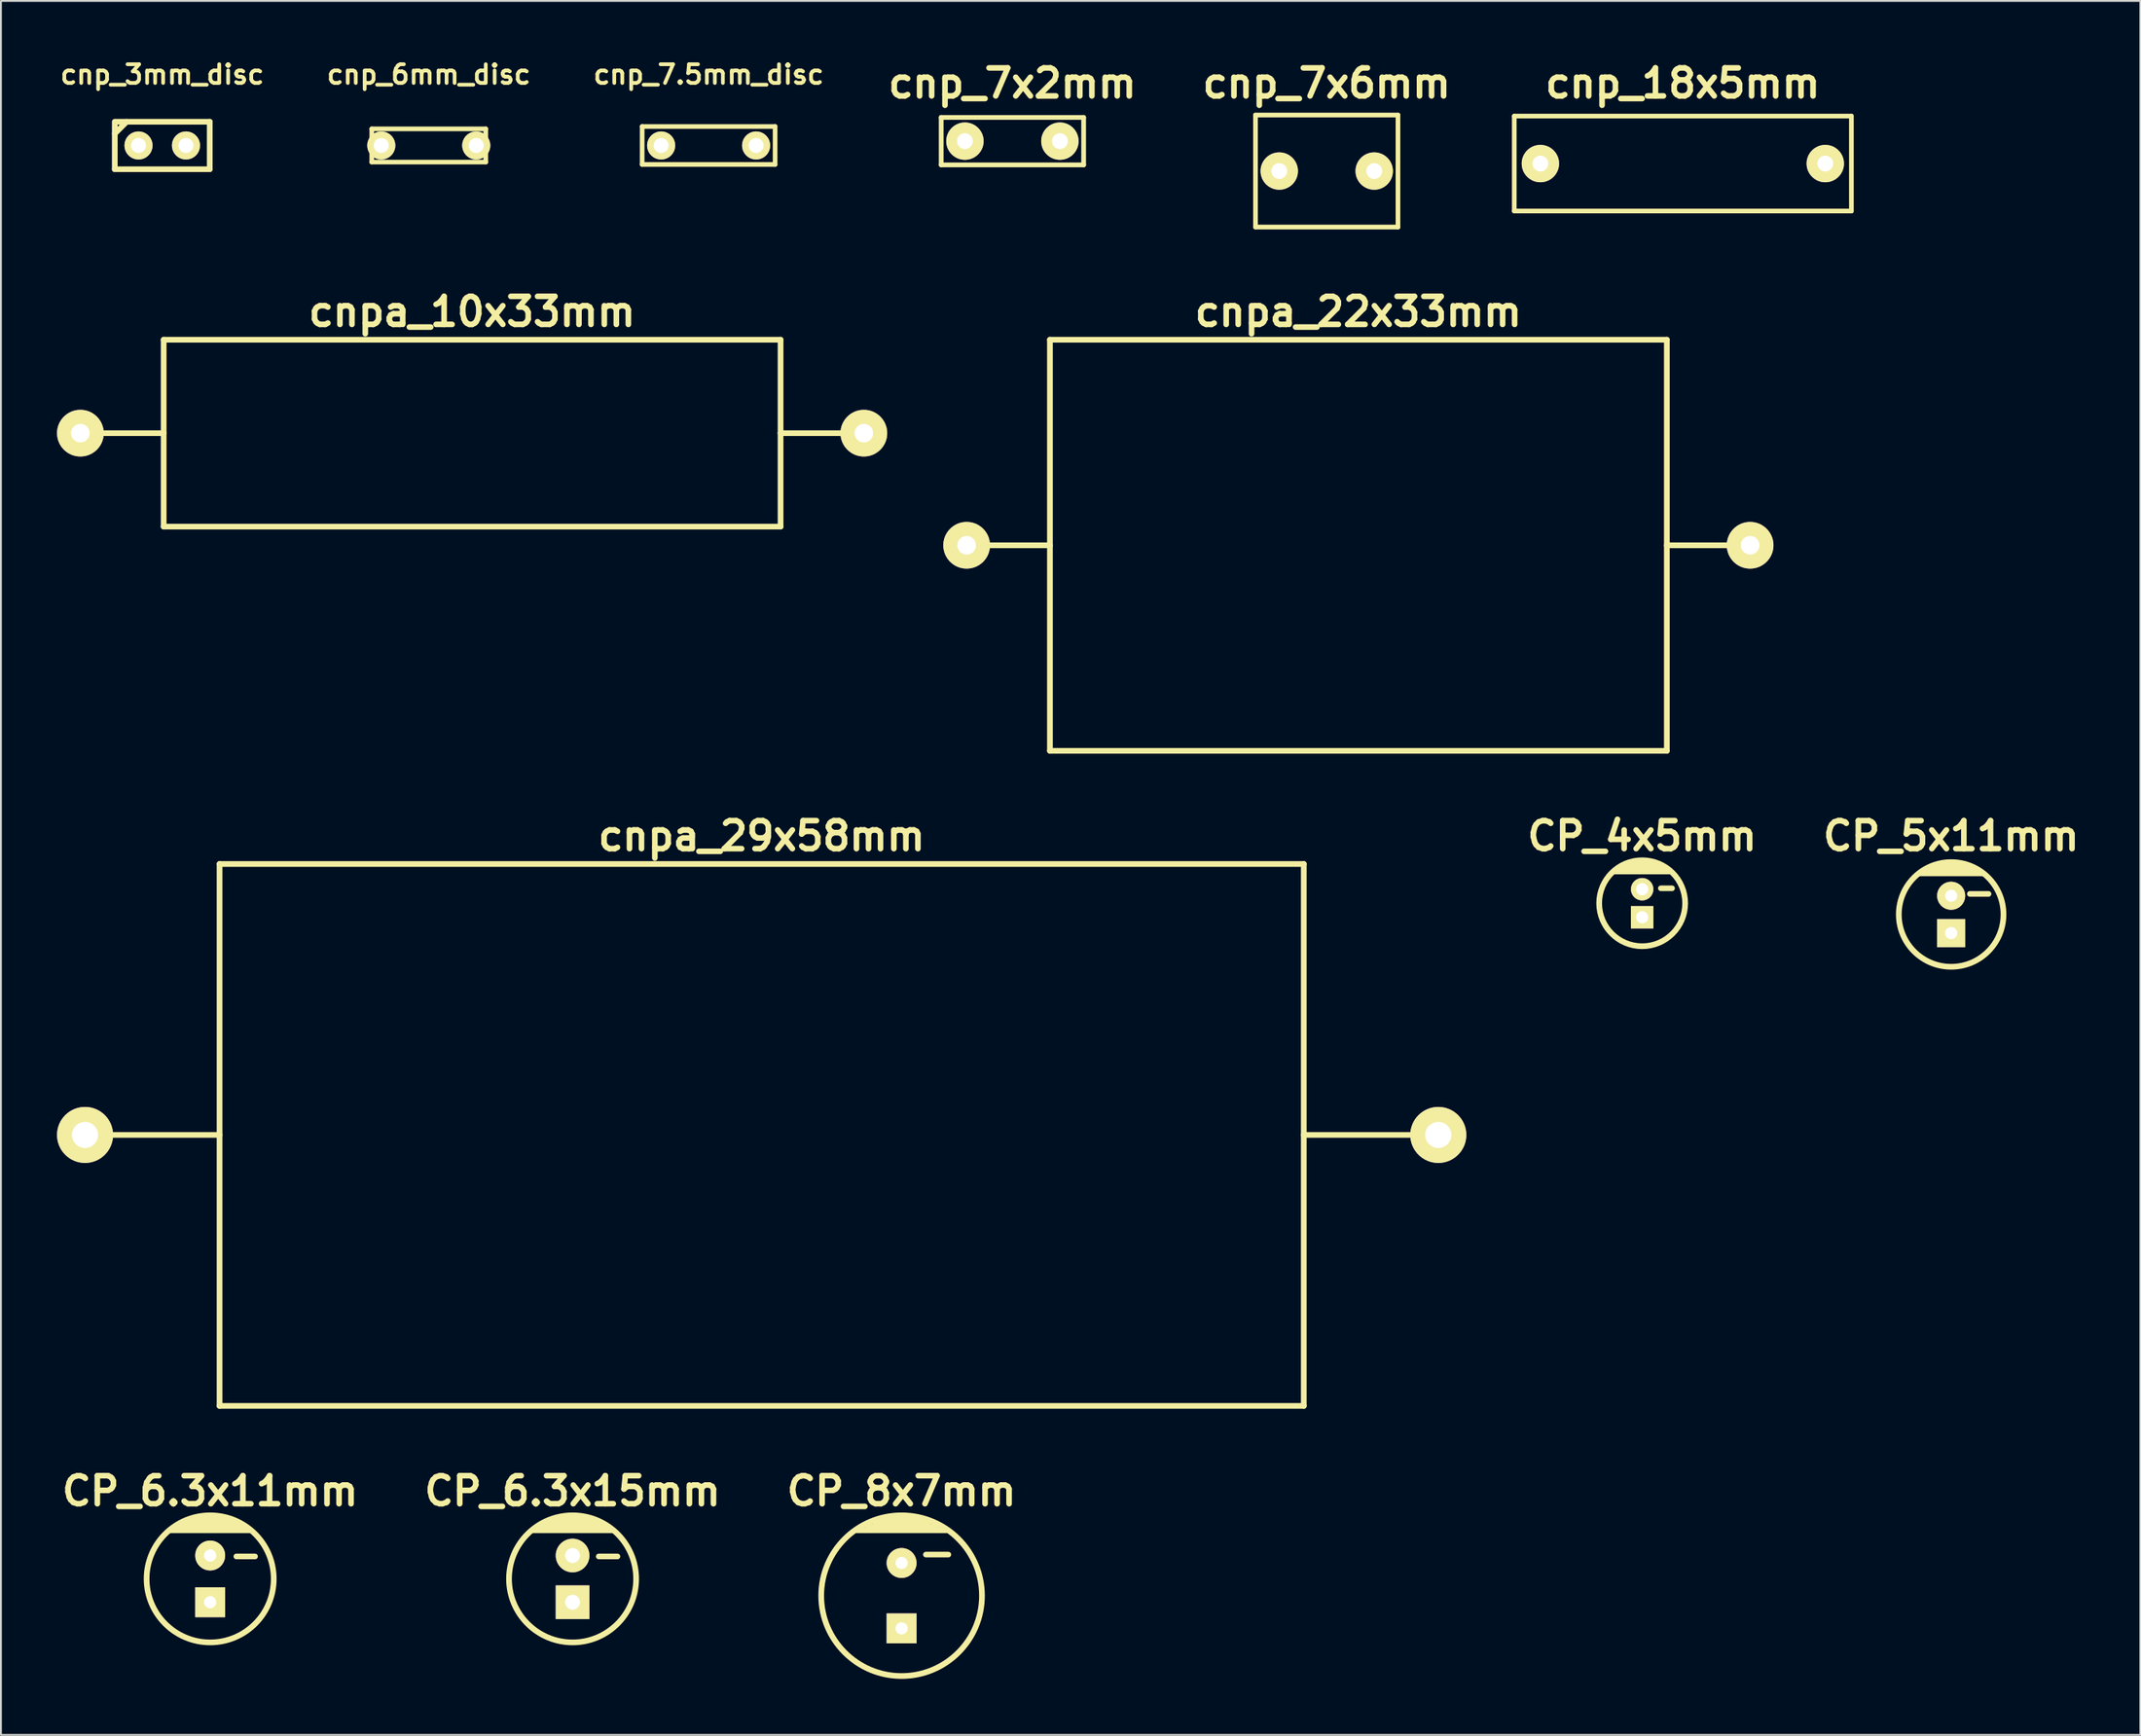
<source format=kicad_pcb>
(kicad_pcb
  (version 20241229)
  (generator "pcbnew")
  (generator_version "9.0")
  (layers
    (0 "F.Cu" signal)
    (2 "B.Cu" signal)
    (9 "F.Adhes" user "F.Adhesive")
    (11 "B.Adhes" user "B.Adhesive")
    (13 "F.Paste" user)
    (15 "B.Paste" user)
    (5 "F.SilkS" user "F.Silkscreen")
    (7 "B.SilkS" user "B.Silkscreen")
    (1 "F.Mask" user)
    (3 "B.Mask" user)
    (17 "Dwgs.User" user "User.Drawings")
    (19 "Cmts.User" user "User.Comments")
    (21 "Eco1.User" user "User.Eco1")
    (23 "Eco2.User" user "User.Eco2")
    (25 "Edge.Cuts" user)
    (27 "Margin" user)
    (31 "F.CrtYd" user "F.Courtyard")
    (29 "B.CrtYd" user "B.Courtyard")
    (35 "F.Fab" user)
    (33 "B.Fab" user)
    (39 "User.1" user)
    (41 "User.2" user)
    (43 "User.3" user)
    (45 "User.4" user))
  (footprint "CP_5x11mm"
    (layer "F.Cu")
    (at 101.323 45.889)
    (property "Reference" "CP_5x11mm" (at 0 -4.2 0) (layer "F.SilkS") (effects (font (size 1.5 1.5) (thickness 0.3))))
    (attr through_hole)
    (fp_line (start -1.7 -2.2) (end 1.7 -2.2) (stroke (width 0.305) (type solid)) (layer "F.SilkS"))
    (fp_line (start -1.3 -2.4) (end 1.3 -2.4) (stroke (width 0.305) (type solid)) (layer "F.SilkS"))
    (fp_line (start -0.8 -2.6) (end 0.8 -2.6) (stroke (width 0.305) (type solid)) (layer "F.SilkS"))
    (fp_line (start 1 -1.1) (end 2 -1.1) (stroke (width 0.3) (type solid)) (layer "F.SilkS"))
    (fp_circle (center 0 0) (end 2.8 0) (stroke (width 0.305) (type solid)) (fill no) (layer "F.SilkS"))
    (pad "1" thru_hole rect (at 0 1) (size 1.5 1.5) (drill 0.65) (layers "*.Cu" "*.Mask" "F.SilkS"))
    (pad "2" thru_hole circle (at 0 -1) (size 1.5 1.5) (drill 0.65) (layers "*.Cu" "*.Mask" "F.SilkS")))
  (footprint "cnpa_10x33mm"
    (layer "F.Cu")
    (at 22.205 20.132)
    (property "Reference" "cnpa_10x33mm" (at 0 -6.5 0) (layer "F.SilkS") (effects (font (size 1.5 1.5) (thickness 0.3))))
    (attr through_hole)
    (fp_line (start -16.5 -5.001) (end 16.5 -5.001) (stroke (width 0.305) (type solid)) (layer "F.SilkS"))
    (fp_line (start -16.5 0) (end -21.001 0) (stroke (width 0.305) (type solid)) (layer "F.SilkS"))
    (fp_line (start -16.5 5.001) (end -16.5 -5.001) (stroke (width 0.305) (type solid)) (layer "F.SilkS"))
    (fp_line (start 16.5 -5.001) (end 16.5 5.001) (stroke (width 0.305) (type solid)) (layer "F.SilkS"))
    (fp_line (start 16.5 5.001) (end -16.5 5.001) (stroke (width 0.305) (type solid)) (layer "F.SilkS"))
    (fp_line (start 20.998 0) (end 16.497 0) (stroke (width 0.305) (type solid)) (layer "F.SilkS"))
    (pad "1" thru_hole circle (at 20.955 0) (size 2.499 2.499) (drill 0.996) (layers "*.Cu" "*.Mask" "F.SilkS"))
    (pad "2" thru_hole circle (at -20.955 0) (size 2.499 2.499) (drill 0.996) (layers "*.Cu" "*.Mask" "F.SilkS")))
  (footprint "CP_8x7mm"
    (layer "F.Cu")
    (at 45.179 82.347)
    (property "Reference" "CP_8x7mm" (at 0 -5.6 0) (layer "F.SilkS") (effects (font (size 1.5 1.5) (thickness 0.3))))
    (attr through_hole)
    (fp_line (start -2.4 -3.5) (end 2.4 -3.5) (stroke (width 0.305) (type solid)) (layer "F.SilkS"))
    (fp_line (start -1.8 -3.7) (end 1.8 -3.7) (stroke (width 0.305) (type solid)) (layer "F.SilkS"))
    (fp_line (start -1.4 -3.9) (end 1.4 -3.9) (stroke (width 0.305) (type solid)) (layer "F.SilkS"))
    (fp_line (start -0.8 -4.1) (end 0.9 -4.1) (stroke (width 0.305) (type solid)) (layer "F.SilkS"))
    (fp_line (start 1.3 -2.2) (end 2.5 -2.2) (stroke (width 0.3) (type solid)) (layer "F.SilkS"))
    (fp_circle (center 0 0) (end -4.3 0) (stroke (width 0.305) (type solid)) (fill no) (layer "F.SilkS"))
    (pad "1" thru_hole rect (at 0 1.75) (size 1.6 1.6) (drill 0.65) (layers "*.Cu" "*.Mask" "F.SilkS"))
    (pad "2" thru_hole circle (at 0 -1.75) (size 1.6 1.6) (drill 0.65) (layers "*.Cu" "*.Mask" "F.SilkS")))
  (footprint "cnpa_22x33mm"
    (layer "F.Cu")
    (at 69.614 26.132)
    (property "Reference" "cnpa_22x33mm" (at 0 -12.5 0) (layer "F.SilkS") (effects (font (size 1.5 1.5) (thickness 0.3))))
    (attr through_hole)
    (fp_line (start -16.5 -11.001) (end 16.5 -11.001) (stroke (width 0.305) (type solid)) (layer "F.SilkS"))
    (fp_line (start -16.5 0) (end -21.001 0) (stroke (width 0.305) (type solid)) (layer "F.SilkS"))
    (fp_line (start -16.5 11.001) (end -16.5 -11.001) (stroke (width 0.305) (type solid)) (layer "F.SilkS"))
    (fp_line (start 16.5 -11.001) (end 16.5 11.001) (stroke (width 0.305) (type solid)) (layer "F.SilkS"))
    (fp_line (start 16.5 11.001) (end -16.5 11.001) (stroke (width 0.305) (type solid)) (layer "F.SilkS"))
    (fp_line (start 20.998 0) (end 16.497 0) (stroke (width 0.305) (type solid)) (layer "F.SilkS"))
    (pad "1" thru_hole circle (at 20.955 0) (size 2.499 2.499) (drill 0.996) (layers "*.Cu" "*.Mask" "F.SilkS"))
    (pad "2" thru_hole circle (at -20.955 0) (size 2.499 2.499) (drill 0.996) (layers "*.Cu" "*.Mask" "F.SilkS")))
  (footprint "cnpa_29x58mm"
    (layer "F.Cu")
    (at 37.694 57.689)
    (property "Reference" "cnpa_29x58mm" (at 0 -16 0) (layer "F.SilkS") (effects (font (size 1.5 1.5) (thickness 0.3))))
    (attr through_hole)
    (fp_line (start -28.999 -14.501) (end 28.999 -14.501) (stroke (width 0.305) (type solid)) (layer "F.SilkS"))
    (fp_line (start -28.999 0) (end -36.5 0) (stroke (width 0.305) (type solid)) (layer "F.SilkS"))
    (fp_line (start -28.999 14.501) (end -28.999 -14.501) (stroke (width 0.305) (type solid)) (layer "F.SilkS"))
    (fp_line (start 28.999 -14.501) (end 28.999 14.501) (stroke (width 0.305) (type solid)) (layer "F.SilkS"))
    (fp_line (start 28.999 0) (end 36.5 0) (stroke (width 0.305) (type solid)) (layer "F.SilkS"))
    (fp_line (start 28.999 14.501) (end -28.999 14.501) (stroke (width 0.305) (type solid)) (layer "F.SilkS"))
    (pad "1" thru_hole circle (at 36.195 0) (size 2.997 2.997) (drill 1.397) (layers "*.Cu" "*.Mask" "F.SilkS"))
    (pad "2" thru_hole circle (at -36.195 0) (size 2.997 2.997) (drill 1.397) (layers "*.Cu" "*.Mask" "F.SilkS")))
  (footprint "CP_6.3x11mm"
    (layer "F.Cu")
    (at 8.193 81.447)
    (property "Reference" "CP_6.3x11mm" (at 0 -4.7 0) (layer "F.SilkS") (effects (font (size 1.5 1.5) (thickness 0.3))))
    (attr through_hole)
    (fp_line (start -2.1 -2.6) (end 2.1 -2.6) (stroke (width 0.305) (type solid)) (layer "F.SilkS"))
    (fp_line (start -1.8 -2.8) (end 1.8 -2.8) (stroke (width 0.305) (type solid)) (layer "F.SilkS"))
    (fp_line (start -1.4 -3) (end 1.4 -3) (stroke (width 0.305) (type solid)) (layer "F.SilkS"))
    (fp_line (start -0.8 -3.2) (end 0.9 -3.2) (stroke (width 0.305) (type solid)) (layer "F.SilkS"))
    (fp_line (start 1.4 -1.2) (end 2.4 -1.2) (stroke (width 0.3) (type solid)) (layer "F.SilkS"))
    (fp_circle (center 0 0) (end -3.4 0) (stroke (width 0.305) (type solid)) (fill no) (layer "F.SilkS"))
    (pad "1" thru_hole rect (at 0 1.25) (size 1.6 1.6) (drill 0.65) (layers "*.Cu" "*.Mask" "F.SilkS"))
    (pad "2" thru_hole circle (at 0 -1.25) (size 1.6 1.6) (drill 0.65) (layers "*.Cu" "*.Mask" "F.SilkS")))
  (footprint "cnp_7x2mm"
    (layer "F.Cu")
    (at 51.107 4.504)
    (property "Reference" "cnp_7x2mm" (at 0 -3.1 0) (layer "F.SilkS") (effects (font (size 1.5 1.5) (thickness 0.3))))
    (attr through_hole)
    (fp_line (start -3.81 -1.27) (end 3.81 -1.27) (stroke (width 0.254) (type solid)) (layer "F.SilkS"))
    (fp_line (start -3.81 1.27) (end -3.81 -1.27) (stroke (width 0.254) (type solid)) (layer "F.SilkS"))
    (fp_line (start 3.81 -1.27) (end 3.81 1.27) (stroke (width 0.254) (type solid)) (layer "F.SilkS"))
    (fp_line (start 3.81 1.27) (end -3.81 1.27) (stroke (width 0.254) (type solid)) (layer "F.SilkS"))
    (pad "1" thru_hole circle (at -2.54 0) (size 1.999 1.999) (drill 0.848) (layers "*.Cu" "*.Mask" "F.SilkS"))
    (pad "2" thru_hole circle (at 2.54 0) (size 1.999 1.999) (drill 0.848) (layers "*.Cu" "*.Mask" "F.SilkS")))
  (footprint "CP_4x5mm"
    (layer "F.Cu")
    (at 84.794 45.289)
    (property "Reference" "CP_4x5mm" (at 0 -3.6 0) (layer "F.SilkS") (effects (font (size 1.5 1.5) (thickness 0.3))))
    (attr through_hole)
    (fp_line (start -1.5 -1.7) (end 1.5 -1.7) (stroke (width 0.305) (type solid)) (layer "F.SilkS"))
    (fp_line (start -1.2 -1.9) (end 1.2 -1.9) (stroke (width 0.305) (type solid)) (layer "F.SilkS"))
    (fp_line (start -0.7 -2.1) (end 0.7 -2.1) (stroke (width 0.305) (type solid)) (layer "F.SilkS"))
    (fp_line (start 1 -0.8) (end 1.6 -0.8) (stroke (width 0.3) (type solid)) (layer "F.SilkS"))
    (fp_circle (center 0 0) (end -2.3 0) (stroke (width 0.305) (type solid)) (fill no) (layer "F.SilkS"))
    (pad "1" thru_hole rect (at 0 0.75) (size 1.2 1.2) (drill 0.65) (layers "*.Cu" "*.Mask" "F.SilkS"))
    (pad "2" thru_hole circle (at 0 -0.75) (size 1.2 1.2) (drill 0.65) (layers "*.Cu" "*.Mask" "F.SilkS")))
  (footprint "cnp_6mm_disc"
    (layer "F.Cu")
    (at 19.886 4.736)
    (property "Reference" "cnp_6mm_disc" (at 0 -3.8 0) (layer "F.SilkS") (effects (font (size 1 1) (thickness 0.2))))
    (attr through_hole)
    (fp_line (start -3.048 -0.889) (end -3.048 0.889) (stroke (width 0.249) (type solid)) (layer "F.SilkS"))
    (fp_line (start -3.048 0.889) (end 3.048 0.889) (stroke (width 0.249) (type solid)) (layer "F.SilkS"))
    (fp_line (start 3.048 -0.889) (end -3.048 -0.889) (stroke (width 0.249) (type solid)) (layer "F.SilkS"))
    (fp_line (start 3.048 0.889) (end 3.048 -0.889) (stroke (width 0.249) (type solid)) (layer "F.SilkS"))
    (pad "1" thru_hole circle (at -2.54 0) (size 1.501 1.501) (drill 0.8) (layers "*.Cu" "*.Mask" "F.SilkS"))
    (pad "2" thru_hole circle (at 2.54 0) (size 1.501 1.501) (drill 0.8) (layers "*.Cu" "*.Mask" "F.SilkS")))
  (footprint "cnp_7.5mm_disc"
    (layer "F.Cu")
    (at 34.857 4.736)
    (property "Reference" "cnp_7.5mm_disc" (at 0 -3.8 0) (layer "F.SilkS") (effects (font (size 1 1) (thickness 0.2))))
    (attr through_hole)
    (fp_line (start -3.556 -1.016) (end -3.556 1.016) (stroke (width 0.249) (type solid)) (layer "F.SilkS"))
    (fp_line (start -3.556 1.016) (end 3.556 1.016) (stroke (width 0.249) (type solid)) (layer "F.SilkS"))
    (fp_line (start 3.556 -1.016) (end -3.556 -1.016) (stroke (width 0.249) (type solid)) (layer "F.SilkS"))
    (fp_line (start 3.556 1.016) (end 3.556 -1.016) (stroke (width 0.249) (type solid)) (layer "F.SilkS"))
    (pad "1" thru_hole circle (at -2.54 0) (size 1.501 1.501) (drill 0.8) (layers "*.Cu" "*.Mask" "F.SilkS"))
    (pad "2" thru_hole circle (at 2.54 0) (size 1.501 1.501) (drill 0.8) (layers "*.Cu" "*.Mask" "F.SilkS")))
  (footprint "cnp_3mm_disc"
    (layer "F.Cu")
    (at 5.629 4.736)
    (property "Reference" "cnp_3mm_disc" (at 0 -3.8 0) (layer "F.SilkS") (effects (font (size 1 1) (thickness 0.2))))
    (attr through_hole)
    (fp_line (start -2.54 -0.635) (end -1.905 -1.27) (stroke (width 0.305) (type solid)) (layer "F.SilkS"))
    (fp_line (start -2.54 1.27) (end -2.54 -1.27) (stroke (width 0.305) (type solid)) (layer "F.SilkS"))
    (fp_line (start -2.489 -1.27) (end 2.54 -1.27) (stroke (width 0.305) (type solid)) (layer "F.SilkS"))
    (fp_line (start 2.54 -1.27) (end 2.54 1.27) (stroke (width 0.305) (type solid)) (layer "F.SilkS"))
    (fp_line (start 2.54 1.27) (end -2.54 1.27) (stroke (width 0.305) (type solid)) (layer "F.SilkS"))
    (pad "1" thru_hole circle (at -1.27 0) (size 1.501 1.501) (drill 0.8) (layers "*.Cu" "*.Mask" "F.SilkS"))
    (pad "2" thru_hole circle (at 1.27 0) (size 1.501 1.501) (drill 0.8) (layers "*.Cu" "*.Mask" "F.SilkS")))
  (footprint "cnp_7x6mm"
    (layer "F.Cu")
    (at 67.921 6.104)
    (property "Reference" "cnp_7x6mm" (at 0 -4.7 0) (layer "F.SilkS") (effects (font (size 1.5 1.5) (thickness 0.3))))
    (attr through_hole)
    (fp_line (start -3.81 -2.997) (end 3.81 -2.997) (stroke (width 0.254) (type solid)) (layer "F.SilkS"))
    (fp_line (start -3.81 2.997) (end -3.81 -2.997) (stroke (width 0.249) (type solid)) (layer "F.SilkS"))
    (fp_line (start 3.81 -2.997) (end 3.81 2.997) (stroke (width 0.249) (type solid)) (layer "F.SilkS"))
    (fp_line (start 3.81 2.997) (end -3.81 2.997) (stroke (width 0.254) (type solid)) (layer "F.SilkS"))
    (pad "1" thru_hole circle (at -2.54 0) (size 1.999 1.999) (drill 0.848) (layers "*.Cu" "*.Mask" "F.SilkS"))
    (pad "2" thru_hole circle (at 2.54 0) (size 1.999 1.999) (drill 0.848) (layers "*.Cu" "*.Mask" "F.SilkS")))
  (footprint "CP_6.3x15mm"
    (layer "F.Cu")
    (at 27.579 81.447)
    (property "Reference" "CP_6.3x15mm" (at 0 -4.7 0) (layer "F.SilkS") (effects (font (size 1.5 1.5) (thickness 0.3))))
    (attr through_hole)
    (fp_line (start -2.1 -2.6) (end 2.1 -2.6) (stroke (width 0.305) (type solid)) (layer "F.SilkS"))
    (fp_line (start -1.8 -2.8) (end 1.8 -2.8) (stroke (width 0.305) (type solid)) (layer "F.SilkS"))
    (fp_line (start -1.4 -3) (end 1.4 -3) (stroke (width 0.305) (type solid)) (layer "F.SilkS"))
    (fp_line (start -0.8 -3.2) (end 0.9 -3.2) (stroke (width 0.305) (type solid)) (layer "F.SilkS"))
    (fp_line (start 1.4 -1.2) (end 2.4 -1.2) (stroke (width 0.3) (type solid)) (layer "F.SilkS"))
    (fp_circle (center 0 0) (end -3.4 0) (stroke (width 0.305) (type solid)) (fill no) (layer "F.SilkS"))
    (pad "1" thru_hole rect (at 0 1.25) (size 1.8 1.8) (drill 0.8) (layers "*.Cu" "*.Mask" "F.SilkS"))
    (pad "2" thru_hole circle (at 0 -1.25) (size 1.8 1.8) (drill 0.8) (layers "*.Cu" "*.Mask" "F.SilkS")))
  (footprint "cnp_18x5mm"
    (layer "F.Cu")
    (at 86.97 5.704)
    (property "Reference" "cnp_18x5mm" (at 0 -4.3 0) (layer "F.SilkS") (effects (font (size 1.5 1.5) (thickness 0.3))))
    (attr through_hole)
    (fp_line (start -9.017 -2.54) (end -9.017 2.54) (stroke (width 0.249) (type solid)) (layer "F.SilkS"))
    (fp_line (start -9.017 2.54) (end 9.017 2.54) (stroke (width 0.249) (type solid)) (layer "F.SilkS"))
    (fp_line (start 9.017 -2.54) (end -9.017 -2.54) (stroke (width 0.249) (type solid)) (layer "F.SilkS"))
    (fp_line (start 9.017 2.54) (end 9.017 -2.54) (stroke (width 0.249) (type solid)) (layer "F.SilkS"))
    (pad "1" thru_hole circle (at -7.62 0) (size 1.999 1.999) (drill 0.848) (layers "*.Cu" "*.Mask" "F.SilkS"))
    (pad "2" thru_hole circle (at 7.62 0) (size 1.999 1.999) (drill 0.848) (layers "*.Cu" "*.Mask" "F.SilkS")))
  (gr_rect
    (start -3 -3)
    (end 111.444 89.799)
    (stroke (width 0.1) (type default))
    (fill no)
    (layer "Edge.Cuts")))
</source>
